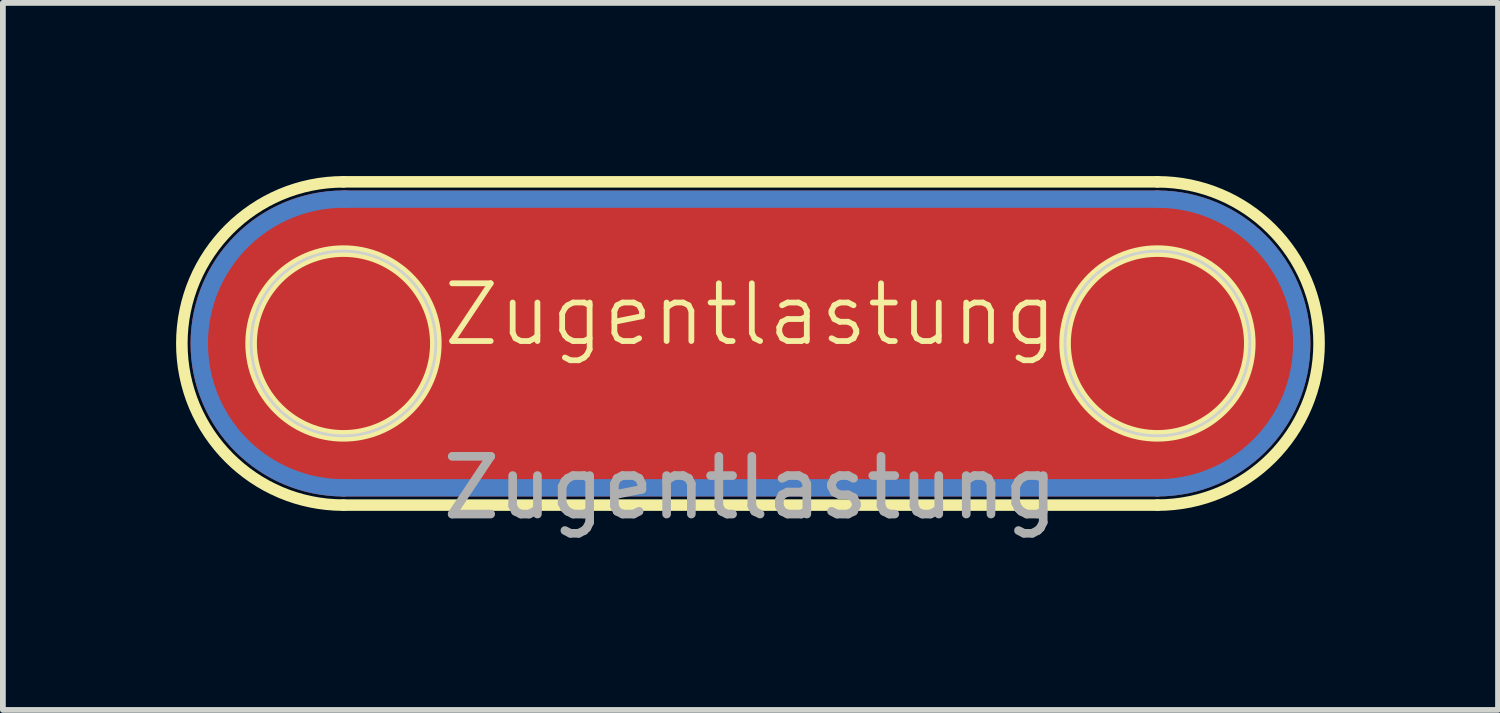
<source format=kicad_pcb>
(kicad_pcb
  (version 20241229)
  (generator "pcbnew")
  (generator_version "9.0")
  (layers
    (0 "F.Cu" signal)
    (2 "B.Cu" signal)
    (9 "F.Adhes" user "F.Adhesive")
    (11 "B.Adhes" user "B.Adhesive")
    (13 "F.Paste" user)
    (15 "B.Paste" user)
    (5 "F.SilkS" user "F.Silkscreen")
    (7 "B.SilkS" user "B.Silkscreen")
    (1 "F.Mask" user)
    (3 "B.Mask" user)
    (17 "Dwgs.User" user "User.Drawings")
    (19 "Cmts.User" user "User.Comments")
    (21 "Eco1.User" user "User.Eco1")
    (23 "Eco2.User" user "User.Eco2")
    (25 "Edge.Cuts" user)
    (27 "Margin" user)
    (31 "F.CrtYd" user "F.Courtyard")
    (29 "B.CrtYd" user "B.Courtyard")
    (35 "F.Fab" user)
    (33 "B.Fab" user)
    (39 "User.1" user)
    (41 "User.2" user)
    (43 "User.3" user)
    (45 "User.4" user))
  (footprint "Zugentlastung"
    (layer "F.Cu")
    (at 9.95 2.9)
    (property "Reference" "Zugentlastung" (at 0 -0.5 0) (unlocked yes) (layer "F.SilkS") (effects (font (size 1 1) (thickness 0.1))))
    (attr smd)
    (fp_line (start -7.05 -2.5) (end 7.05 -2.5) (stroke (width 0.3) (type solid)) (layer "F.Cu"))
    (fp_line (start -7.05 2.5) (end 7.05 2.5) (stroke (width 0.3) (type solid)) (layer "F.Cu"))
    (fp_line (start -7 0) (end 7.05 0) (stroke (width 5) (type solid)) (layer "F.Cu"))
    (fp_arc (start -7.05 2.5) (mid -9.55 0) (end -7.05 -2.5) (stroke (width 0.3) (type solid)) (layer "F.Cu"))
    (fp_arc (start 7.05 -2.5) (mid 9.55 0) (end 7.05 2.5) (stroke (width 0.3) (type solid)) (layer "F.Cu"))
    (fp_line (start -7.05 2.5) (end 7.05 2.5) (stroke (width 0.3) (type solid)) (layer "B.Cu"))
    (fp_line (start -7.008 -2.5) (end 7.05 -2.5) (stroke (width 0.3) (type solid)) (layer "B.Cu"))
    (fp_arc (start -7.05 2.500417) (mid -9.55033 -0.020835) (end -7.008332 -2.50007) (stroke (width 0.3) (type solid)) (layer "B.Cu"))
    (fp_arc (start 7.05 -2.5) (mid 9.55 0) (end 7.05 2.5) (stroke (width 0.3) (type solid)) (layer "B.Cu"))
    (fp_line (start -7.05 -2.8) (end 7.05 -2.8) (stroke (width 0.2) (type default)) (layer "F.SilkS"))
    (fp_line (start -7.05 2.8) (end 7.05 2.8) (stroke (width 0.2) (type default)) (layer "F.SilkS"))
    (fp_arc (start -7.05 2.8) (mid -9.85 0) (end -7.05 -2.8) (stroke (width 0.2) (type default)) (layer "F.SilkS"))
    (fp_arc (start 7.05 -2.8) (mid 9.85 0) (end 7.05 2.8) (stroke (width 0.2) (type default)) (layer "F.SilkS"))
    (fp_circle (center -7.05 0) (end -5.45 0) (stroke (width 0.2) (type default)) (fill no) (layer "F.SilkS"))
    (fp_circle (center 7.05 0) (end 8.65 0) (stroke (width 0.2) (type default)) (fill no) (layer "F.SilkS"))
    (fp_circle (center -7.05 0) (end -5.45 0) (stroke (width 0.05) (type solid)) (fill no) (layer "Edge.Cuts"))
    (fp_circle (center 7.05 0) (end 8.65 0) (stroke (width 0.05) (type solid)) (fill no) (layer "Edge.Cuts"))
    (fp_text user "${REFERENCE}" (at 0 2.5 0) (unlocked yes) (layer "F.Fab") (effects (font (size 1 1) (thickness 0.15)))))
  (gr_rect
    (start -3 -3)
    (end 22.9 9.248)
    (stroke (width 0.1) (type default))
    (fill no)
    (layer "Edge.Cuts")))
</source>
